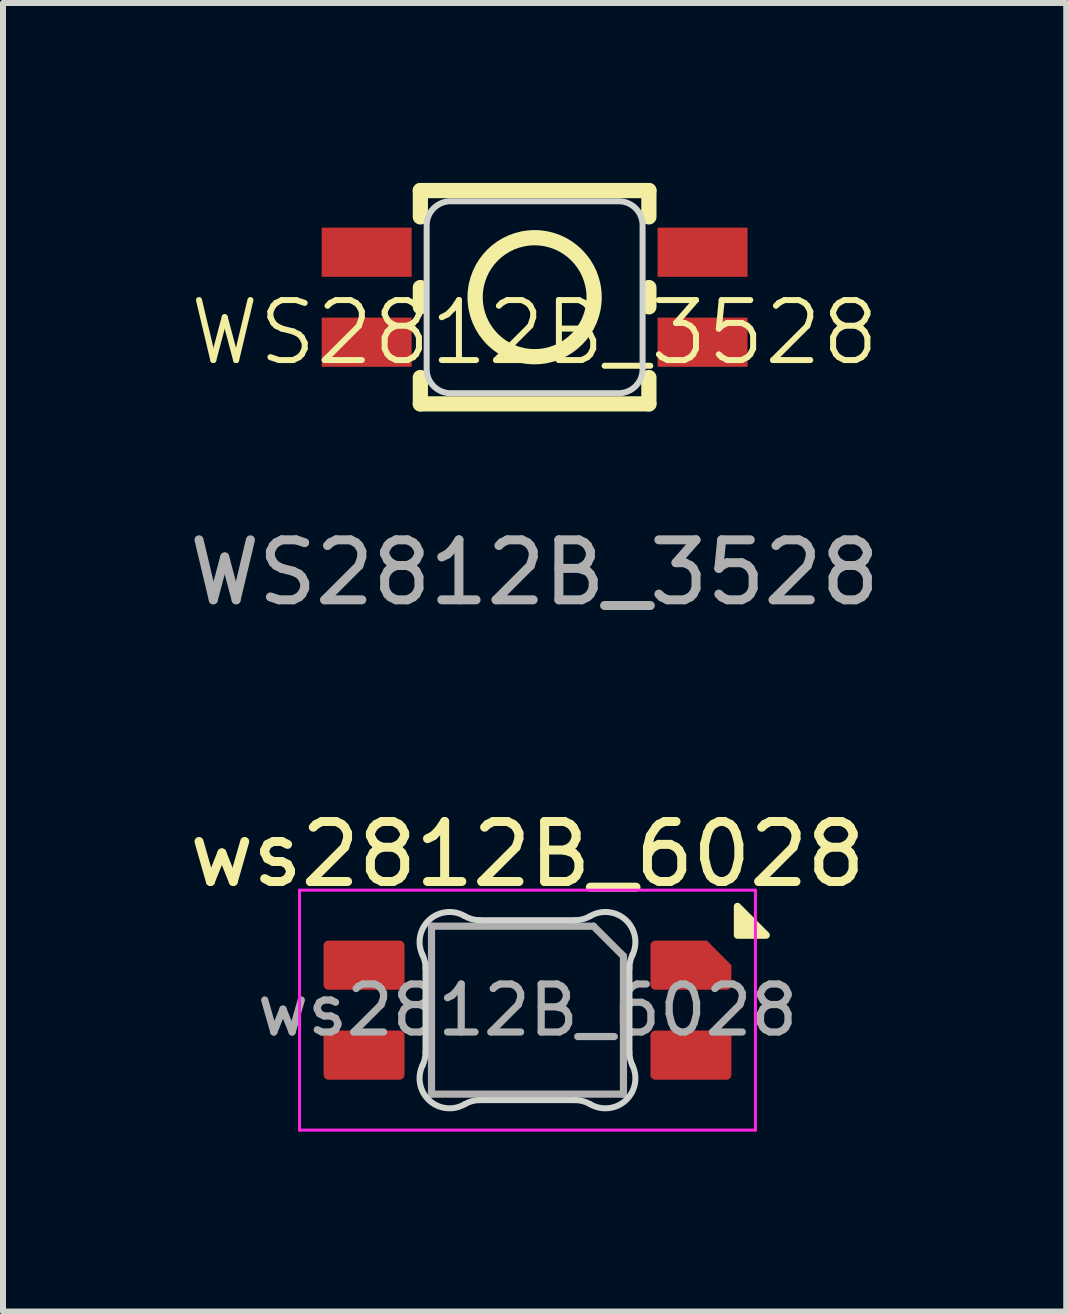
<source format=kicad_pcb>
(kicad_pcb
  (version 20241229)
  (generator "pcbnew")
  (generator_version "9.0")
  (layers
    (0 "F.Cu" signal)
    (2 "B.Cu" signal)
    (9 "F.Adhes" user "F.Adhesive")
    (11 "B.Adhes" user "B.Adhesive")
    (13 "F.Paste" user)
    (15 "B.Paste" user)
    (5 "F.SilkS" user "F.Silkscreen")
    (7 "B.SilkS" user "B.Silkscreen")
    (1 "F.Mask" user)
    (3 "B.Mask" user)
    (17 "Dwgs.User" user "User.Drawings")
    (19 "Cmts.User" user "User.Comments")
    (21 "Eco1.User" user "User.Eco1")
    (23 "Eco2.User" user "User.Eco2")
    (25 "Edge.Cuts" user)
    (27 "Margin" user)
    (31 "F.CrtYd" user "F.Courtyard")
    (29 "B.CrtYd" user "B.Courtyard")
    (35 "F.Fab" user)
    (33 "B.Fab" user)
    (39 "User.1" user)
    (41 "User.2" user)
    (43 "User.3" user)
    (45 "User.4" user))
  (footprint "ws2812B_6028"
    (layer "F.Cu")
    (at 5.744 13.791)
    (property "Reference" "ws2812B_6028" (at 0 -2.6 180) (layer "F.SilkS") (effects (font (size 1 1) (thickness 0.15))))
    (attr smd)
    (fp_poly (pts (xy 3.5 -1.25) (xy 3.5 -1.73) (xy 3.98 -1.25) (xy 3.5 -1.25)) (stroke (width 0.12) (type solid)) (fill yes) (layer "F.SilkS"))
    (fp_line (start -1.7 -0.703) (end -1.7 0.703) (stroke (width 0.1) (type solid)) (layer "Edge.Cuts"))
    (fp_line (start -0.794 1.5) (end 0.794 1.5) (stroke (width 0.1) (type solid)) (layer "Edge.Cuts"))
    (fp_line (start 0.794 -1.5) (end -0.794 -1.5) (stroke (width 0.1) (type solid)) (layer "Edge.Cuts"))
    (fp_line (start 1.7 0.703) (end 1.7 -0.703) (stroke (width 0.1) (type solid)) (layer "Edge.Cuts"))
    (fp_arc (start -1.749484 -0.919719) (mid -1.712527 -0.814067) (end -1.699999 -0.702842) (stroke (width 0.1) (type solid)) (layer "Edge.Cuts"))
    (fp_arc (start -1.749484 -0.919719) (mid -1.63807 -1.504033) (end -1.046711 -1.568296) (stroke (width 0.1) (type solid)) (layer "Edge.Cuts"))
    (fp_arc (start -1.699999 0.702843) (mid -1.712527 0.814069) (end -1.749484 0.919721) (stroke (width 0.1) (type solid)) (layer "Edge.Cuts"))
    (fp_arc (start -1.046711 1.5683) (mid -1.638071 1.504036) (end -1.749484 0.919721) (stroke (width 0.1) (type solid)) (layer "Edge.Cuts"))
    (fp_arc (start -1.046711 1.5683) (mid -0.925123 1.517378) (end -0.794453 1.500001) (stroke (width 0.1) (type solid)) (layer "Edge.Cuts"))
    (fp_arc (start -0.794452 -1.499999) (mid -0.925122 -1.517376) (end -1.04671 -1.568298) (stroke (width 0.1) (type solid)) (layer "Edge.Cuts"))
    (fp_arc (start 0.794453 1.5) (mid 0.925123 1.517377) (end 1.046711 1.568299) (stroke (width 0.1) (type solid)) (layer "Edge.Cuts"))
    (fp_arc (start 1.046711 -1.568298) (mid 0.925123 -1.517376) (end 0.794452 -1.499999) (stroke (width 0.1) (type solid)) (layer "Edge.Cuts"))
    (fp_arc (start 1.046711 -1.568298) (mid 1.638072 -1.504034) (end 1.749484 -0.919718) (stroke (width 0.1) (type solid)) (layer "Edge.Cuts"))
    (fp_arc (start 1.699999 -0.702841) (mid 1.712527 -0.814067) (end 1.749484 -0.919719) (stroke (width 0.1) (type solid)) (layer "Edge.Cuts"))
    (fp_arc (start 1.749484 0.919721) (mid 1.638071 1.504035) (end 1.046711 1.568299) (stroke (width 0.1) (type solid)) (layer "Edge.Cuts"))
    (fp_arc (start 1.749484 0.919721) (mid 1.712527 0.814069) (end 1.699999 0.702844) (stroke (width 0.1) (type solid)) (layer "Edge.Cuts"))
    (fp_line (start -3.8 -2) (end 3.8 -2) (stroke (width 0.05) (type solid)) (layer "F.CrtYd"))
    (fp_line (start -3.8 2) (end -3.8 -2) (stroke (width 0.05) (type solid)) (layer "F.CrtYd"))
    (fp_line (start 3.8 -2) (end 3.8 2) (stroke (width 0.05) (type solid)) (layer "F.CrtYd"))
    (fp_line (start 3.8 2) (end -3.8 2) (stroke (width 0.05) (type solid)) (layer "F.CrtYd"))
    (fp_line (start -1.6 -1.4) (end 1.1 -1.4) (stroke (width 0.12) (type solid)) (layer "F.Fab"))
    (fp_line (start -1.6 1.4) (end -1.6 -1.4) (stroke (width 0.12) (type solid)) (layer "F.Fab"))
    (fp_line (start 1.6 -0.9) (end 1.1 -1.4) (stroke (width 0.12) (type solid)) (layer "F.Fab"))
    (fp_line (start 1.6 -0.9) (end 1.6 1.4) (stroke (width 0.12) (type solid)) (layer "F.Fab"))
    (fp_line (start 1.6 1.4) (end -1.6 1.4) (stroke (width 0.12) (type solid)) (layer "F.Fab"))
    (fp_text user "${REFERENCE}" (at 0 0 0) (layer "F.Fab") (effects (font (size 0.8 0.8) (thickness 0.12))))
    (pad "1" smd roundrect (at -2.725 0.75 270) (size 0.82 1.35) (layers "F.Cu" "F.Mask" "F.Paste") (roundrect_rratio 0.1))
    (pad "2" smd roundrect (at -2.725 -0.75 270) (size 0.82 1.35) (layers "F.Cu" "F.Mask" "F.Paste") (roundrect_rratio 0.1))
    (pad "3" smd roundrect (at 2.725 -0.75 270) (size 0.82 1.35) (layers "F.Cu" "F.Mask" "F.Paste") (roundrect_rratio 0.1) (chamfer_ratio 0.5) (chamfer top_left))
    (pad "4" smd roundrect (at 2.725 0.75 270) (size 0.82 1.35) (layers "F.Cu" "F.Mask" "F.Paste") (roundrect_rratio 0.1)))
  (footprint "WS2812B_3528"
    (layer "F.Cu")
    (at 5.863 2.995)
    (property "Reference" "WS2812B_3528" (at 0 -0.5 0) (unlocked yes) (layer "F.SilkS") (effects (font (size 1 1) (thickness 0.1))))
    (attr through_hole)
    (fp_line (start -1.905 -2.868) (end -1.905 -2.429) (stroke (width 0.254) (type default)) (layer "F.SilkS"))
    (fp_line (start -1.905 -2.868) (end 1.905 -2.868) (stroke (width 0.254) (type default)) (layer "F.SilkS"))
    (fp_line (start -1.905 -1.251) (end -1.905 -0.929) (stroke (width 0.254) (type default)) (layer "F.SilkS"))
    (fp_line (start -1.905 0.249) (end -1.905 0.688) (stroke (width 0.254) (type default)) (layer "F.SilkS"))
    (fp_line (start -1.905 0.688) (end 1.905 0.688) (stroke (width 0.254) (type default)) (layer "F.SilkS"))
    (fp_line (start 1.905 -2.429) (end 1.905 -2.868) (stroke (width 0.254) (type default)) (layer "F.SilkS"))
    (fp_line (start 1.905 -0.929) (end 1.905 -1.251) (stroke (width 0.254) (type default)) (layer "F.SilkS"))
    (fp_line (start 1.905 0.688) (end 1.905 0.249) (stroke (width 0.254) (type default)) (layer "F.SilkS"))
    (fp_circle (center 0.0001 -1.09) (end 0.992 -1.09) (stroke (width 0.254) (type default)) (fill no) (layer "F.SilkS"))
    (fp_poly (pts (arc (start 1.8 0.1104) (mid 1.682843 0.393243) (end 1.4 0.5104)) (xy 1.4 0.51) (xy -1.4 0.51) (arc (start -1.4063 0.5103) (mid -1.684962 0.390936) (end -1.7999 0.1104)) (xy -1.8 0.111) (xy -1.8 0.11) (arc (start -1.7999 -2.2899) (mid -1.682743 -2.572743) (end -1.3999 -2.6899)) (xy 1.4 -2.69) (arc (start 1.4 -2.6901) (mid 1.682843 -2.572943) (end 1.8 -2.2901))) (stroke (width 0.1) (type default)) (fill no) (layer "Edge.Cuts"))
    (fp_circle (center 2.94 -2.49) (end 2.97 -2.49) (stroke (width 0.06) (type default)) (fill no) (layer "User.5"))
    (fp_text user "${REFERENCE}" (at 0 3.5 0) (unlocked yes) (layer "F.Fab") (effects (font (size 1 1) (thickness 0.15))))
    (pad "1" smd rect (at 2.8 -1.84 90) (size 0.82 1.5) (layers "F.Cu" "F.Mask" "F.Paste"))
    (pad "2" smd rect (at 2.8 -0.34 90) (size 0.82 1.5) (layers "F.Cu" "F.Mask" "F.Paste"))
    (pad "3" smd rect (at -2.8 -0.34 90) (size 0.82 1.5) (layers "F.Cu" "F.Mask" "F.Paste"))
    (pad "4" smd rect (at -2.8 -1.84 90) (size 0.82 1.5) (layers "F.Cu" "F.Mask" "F.Paste"))
    (zone (net_name "") (layer "F.SilkS") (hatch edge 0.5) (priority 100) (connect_pads yes) (min_thickness 0) (filled_areas_thickness no) (fill yes) (polygon (pts (xy 3.323 4.025) (xy 3.323 3.517) (xy 3.831 4.025))) (filled_polygon (layer "F.SilkS") (island) (pts (xy 3.323 4.025) (xy 3.323 3.517) (xy 3.831 4.025))))
    (zone (net_name "") (layer "Dwgs.User") (hatch edge 0.5) (priority 100) (connect_pads yes) (min_thickness 0) (filled_areas_thickness no) (fill yes) (polygon (pts (xy 4.263 3.305) (xy 4.263 2.105) (xy 5.463 3.305))) (filled_polygon (layer "Dwgs.User") (island) (pts (xy 4.263 3.305) (xy 4.263 2.105) (xy 5.463 3.305))))
    (zone (net_name "") (layer "User.3") (hatch edge 0.5) (priority 100) (connect_pads yes) (min_thickness 0) (filled_areas_thickness no) (fill yes) (polygon (pts (xy 4.263 3.305) (xy 4.263 0.505) (xy 7.463 0.505) (xy 7.463 3.305))) (filled_polygon (layer "User.3") (island) (pts (xy 4.263 3.305) (xy 4.263 0.505) (xy 7.463 0.505) (xy 7.463 3.305))))
    (zone (net_name "") (layer "User.4") (hatch edge 0.5) (priority 100) (connect_pads yes) (min_thickness 0) (filled_areas_thickness no) (fill yes) (polygon (pts (xy 4.323 0.815) (xy 4.323 1.495) (xy 2.923 1.495) (xy 2.923 0.815))) (filled_polygon (layer "User.4") (island) (pts (xy 4.323 0.815) (xy 4.323 1.495) (xy 2.923 1.495) (xy 2.923 0.815))))
    (zone (net_name "") (layer "User.4") (hatch edge 0.5) (priority 100) (connect_pads yes) (min_thickness 0) (filled_areas_thickness no) (fill yes) (polygon (pts (xy 4.323 2.315) (xy 4.323 2.995) (xy 2.923 2.995) (xy 2.923 2.315))) (filled_polygon (layer "User.4") (island) (pts (xy 4.323 2.315) (xy 4.323 2.995) (xy 2.923 2.995) (xy 2.923 2.315))))
    (zone (net_name "") (layer "User.4") (hatch edge 0.5) (priority 100) (connect_pads yes) (min_thickness 0) (filled_areas_thickness no) (fill yes) (polygon (pts (xy 8.803 0.815) (xy 8.803 1.495) (xy 7.403 1.495) (xy 7.403 0.815))) (filled_polygon (layer "User.4") (island) (pts (xy 8.803 0.815) (xy 8.803 1.495) (xy 7.403 1.495) (xy 7.403 0.815))))
    (zone (net_name "") (layer "User.4") (hatch edge 0.5) (priority 100) (connect_pads yes) (min_thickness 0) (filled_areas_thickness no) (fill yes) (polygon (pts (xy 8.803 2.315) (xy 8.803 2.995) (xy 7.403 2.995) (xy 7.403 2.315))) (filled_polygon (layer "User.4") (island) (pts (xy 8.803 2.315) (xy 8.803 2.995) (xy 7.403 2.995) (xy 7.403 2.315)))))
  (gr_rect
    (start -3 -3)
    (end 14.726 18.816)
    (stroke (width 0.1) (type default))
    (fill no)
    (layer "Edge.Cuts")))
</source>
